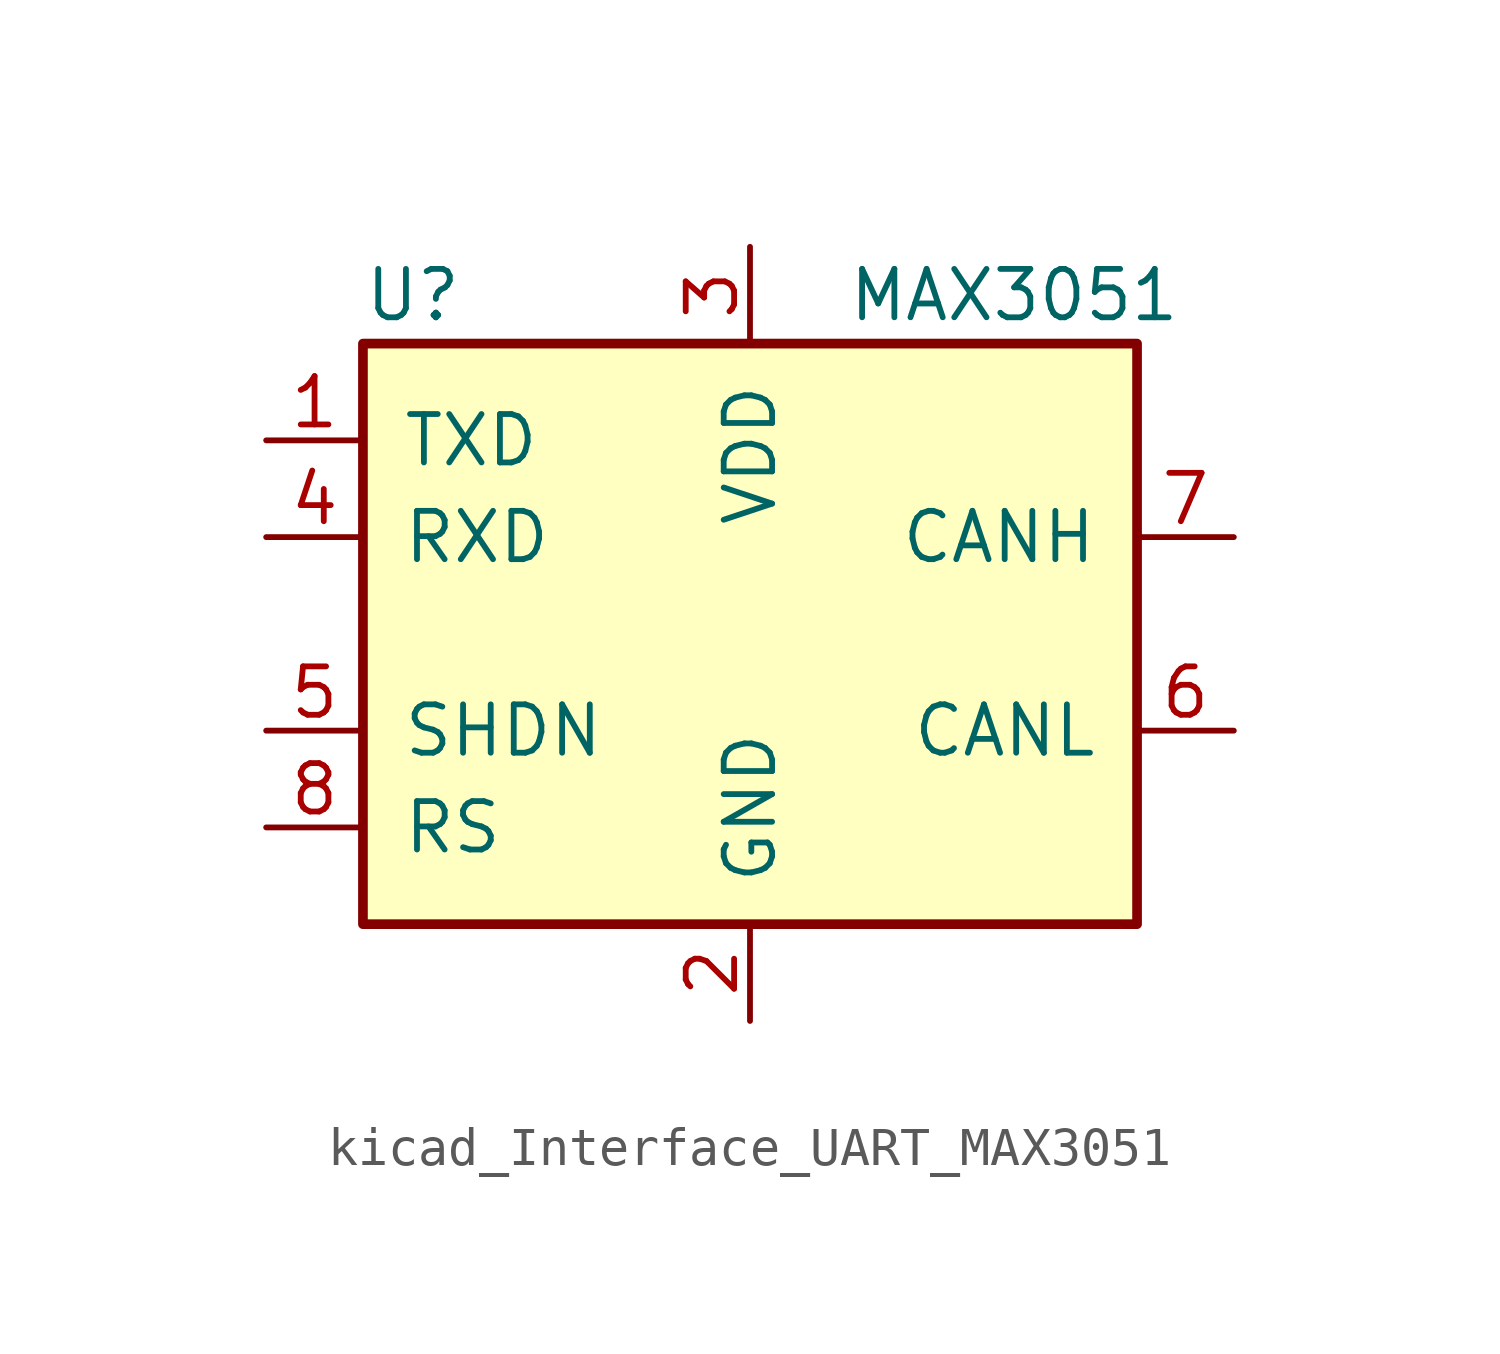
<source format=kicad_sym>
(kicad_symbol_lib
  (version 20220914)
  (generator kicad_symbol_editor)
  (symbol "kicad_Interface_UART_MAX3051"
    (pin_names
      (offset 1.016))
    (property "Reference" "U"
      (at -10.16 8.89 0)
      (effects (font (size 1.27 1.27)) (justify left)))
    (property "Value" "MAX3051"
      (at 2.54 8.89 0)
      (effects (font (size 1.27 1.27)) (justify left)))
    (symbol "kicad_Interface_UART_MAX3051_0_1"
      (rectangle (start -10.16 7.62) (end 10.16 -7.62) (stroke (width 0.254) (type default)) (fill (type background))))
    (symbol "kicad_Interface_UART_MAX3051_1_1"
      (pin input line (at -12.7 5.08 0) (length 2.54) (name "TXD" (effects (font (size 1.27 1.27)))) (number "1" (effects (font (size 1.27 1.27)))))
      (pin power_in line (at 0 -10.16 90) (length 2.54) (name "GND" (effects (font (size 1.27 1.27)))) (number "2" (effects (font (size 1.27 1.27)))))
      (pin power_in line (at 0 10.16 270) (length 2.54) (name "VDD" (effects (font (size 1.27 1.27)))) (number "3" (effects (font (size 1.27 1.27)))))
      (pin output line (at -12.7 2.54 0) (length 2.54) (name "RXD" (effects (font (size 1.27 1.27)))) (number "4" (effects (font (size 1.27 1.27)))))
      (pin input line (at -12.7 -2.54 0) (length 2.54) (name "SHDN" (effects (font (size 1.27 1.27)))) (number "5" (effects (font (size 1.27 1.27)))))
      (pin bidirectional line (at 12.7 -2.54 180) (length 2.54) (name "CANL" (effects (font (size 1.27 1.27)))) (number "6" (effects (font (size 1.27 1.27)))))
      (pin bidirectional line (at 12.7 2.54 180) (length 2.54) (name "CANH" (effects (font (size 1.27 1.27)))) (number "7" (effects (font (size 1.27 1.27)))))
      (pin input line (at -12.7 -5.08 0) (length 2.54) (name "RS" (effects (font (size 1.27 1.27)))) (number "8" (effects (font (size 1.27 1.27))))))))
</source>
